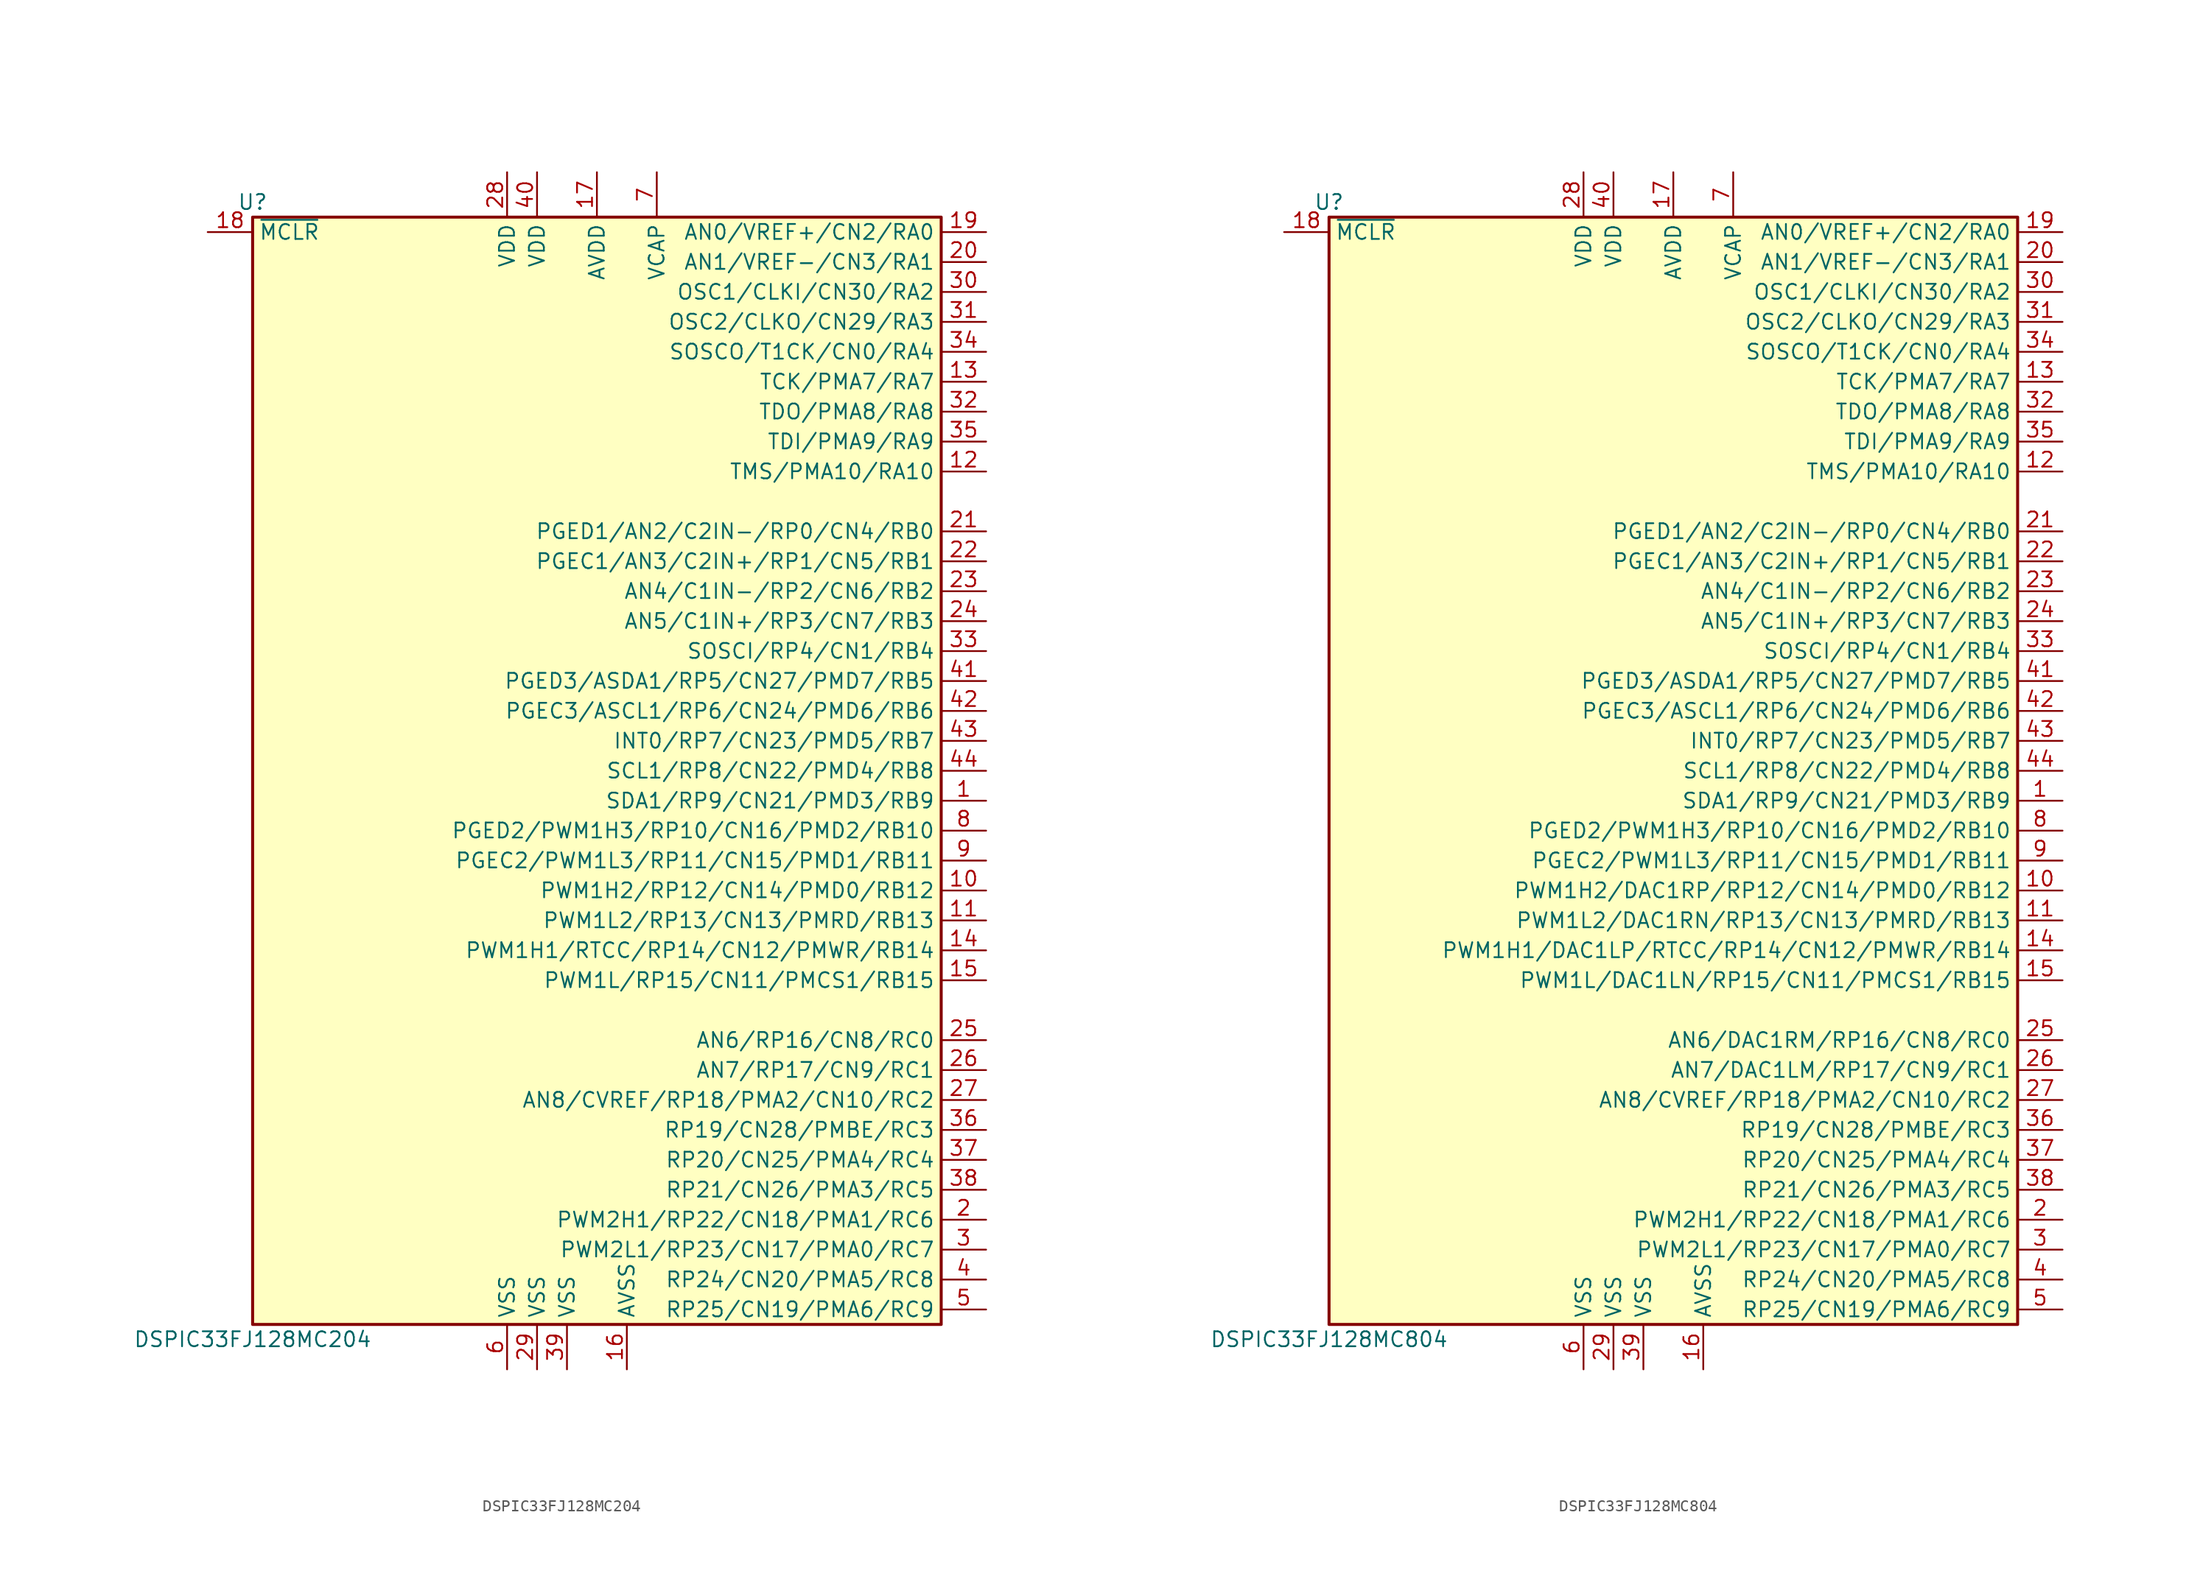
<source format=kicad_sym>
(kicad_symbol_lib
  (version 20241209)
  (generator "kicad_symbol_editor")
  (generator_version "9.0")
  (symbol "DSPIC33FJ128MC204"
    (property "Reference" "U"
      (at -29.21 48.26 0)
      (effects (font (size 1.27 1.27))))
    (property "Value" "DSPIC33FJ128MC204"
      (at -29.21 -48.26 0)
      (effects (font (size 1.27 1.27))))
    (symbol "DSPIC33FJ128MC204_1_1"
      (rectangle (start -29.21 46.99) (end 29.21 -46.99) (stroke (width 0.254) (type default)) (fill (type background)))
      (pin input line (at -33.02 45.72 0) (length 3.81) (name "~{MCLR}" (effects (font (size 1.27 1.27)))) (number "18" (effects (font (size 1.27 1.27)))))
      (pin power_in line (at -7.62 50.8 270) (length 3.81) (name "VDD" (effects (font (size 1.27 1.27)))) (number "28" (effects (font (size 1.27 1.27)))))
      (pin power_in line (at -7.62 -50.8 90) (length 3.81) (name "VSS" (effects (font (size 1.27 1.27)))) (number "6" (effects (font (size 1.27 1.27)))))
      (pin power_in line (at -5.08 50.8 270) (length 3.81) (name "VDD" (effects (font (size 1.27 1.27)))) (number "40" (effects (font (size 1.27 1.27)))))
      (pin power_in line (at -5.08 -50.8 90) (length 3.81) (name "VSS" (effects (font (size 1.27 1.27)))) (number "29" (effects (font (size 1.27 1.27)))))
      (pin power_in line (at -2.54 -50.8 90) (length 3.81) (name "VSS" (effects (font (size 1.27 1.27)))) (number "39" (effects (font (size 1.27 1.27)))))
      (pin power_in line (at 0 50.8 270) (length 3.81) (name "AVDD" (effects (font (size 1.27 1.27)))) (number "17" (effects (font (size 1.27 1.27)))))
      (pin power_in line (at 2.54 -50.8 90) (length 3.81) (name "AVSS" (effects (font (size 1.27 1.27)))) (number "16" (effects (font (size 1.27 1.27)))))
      (pin power_in line (at 5.08 50.8 270) (length 3.81) (name "VCAP" (effects (font (size 1.27 1.27)))) (number "7" (effects (font (size 1.27 1.27)))))
      (pin bidirectional line (at 33.02 45.72 180) (length 3.81) (name "AN0/VREF+/CN2/RA0" (effects (font (size 1.27 1.27)))) (number "19" (effects (font (size 1.27 1.27)))))
      (pin bidirectional line (at 33.02 43.18 180) (length 3.81) (name "AN1/VREF-/CN3/RA1" (effects (font (size 1.27 1.27)))) (number "20" (effects (font (size 1.27 1.27)))))
      (pin input line (at 33.02 40.64 180) (length 3.81) (name "OSC1/CLKI/CN30/RA2" (effects (font (size 1.27 1.27)))) (number "30" (effects (font (size 1.27 1.27)))))
      (pin input line (at 33.02 38.1 180) (length 3.81) (name "OSC2/CLKO/CN29/RA3" (effects (font (size 1.27 1.27)))) (number "31" (effects (font (size 1.27 1.27)))))
      (pin input line (at 33.02 35.56 180) (length 3.81) (name "SOSCO/T1CK/CN0/RA4" (effects (font (size 1.27 1.27)))) (number "34" (effects (font (size 1.27 1.27)))))
      (pin bidirectional line (at 33.02 33.02 180) (length 3.81) (name "TCK/PMA7/RA7" (effects (font (size 1.27 1.27)))) (number "13" (effects (font (size 1.27 1.27)))))
      (pin input line (at 33.02 30.48 180) (length 3.81) (name "TDO/PMA8/RA8" (effects (font (size 1.27 1.27)))) (number "32" (effects (font (size 1.27 1.27)))))
      (pin input line (at 33.02 27.94 180) (length 3.81) (name "TDI/PMA9/RA9" (effects (font (size 1.27 1.27)))) (number "35" (effects (font (size 1.27 1.27)))))
      (pin bidirectional line (at 33.02 25.4 180) (length 3.81) (name "TMS/PMA10/RA10" (effects (font (size 1.27 1.27)))) (number "12" (effects (font (size 1.27 1.27)))))
      (pin bidirectional line (at 33.02 20.32 180) (length 3.81) (name "PGED1/AN2/C2IN-/RP0/CN4/RB0" (effects (font (size 1.27 1.27)))) (number "21" (effects (font (size 1.27 1.27)))))
      (pin bidirectional line (at 33.02 17.78 180) (length 3.81) (name "PGEC1/AN3/C2IN+/RP1/CN5/RB1" (effects (font (size 1.27 1.27)))) (number "22" (effects (font (size 1.27 1.27)))))
      (pin bidirectional line (at 33.02 15.24 180) (length 3.81) (name "AN4/C1IN-/RP2/CN6/RB2" (effects (font (size 1.27 1.27)))) (number "23" (effects (font (size 1.27 1.27)))))
      (pin bidirectional line (at 33.02 12.7 180) (length 3.81) (name "AN5/C1IN+/RP3/CN7/RB3" (effects (font (size 1.27 1.27)))) (number "24" (effects (font (size 1.27 1.27)))))
      (pin input line (at 33.02 10.16 180) (length 3.81) (name "SOSCI/RP4/CN1/RB4" (effects (font (size 1.27 1.27)))) (number "33" (effects (font (size 1.27 1.27)))))
      (pin input line (at 33.02 7.62 180) (length 3.81) (name "PGED3/ASDA1/RP5/CN27/PMD7/RB5" (effects (font (size 1.27 1.27)))) (number "41" (effects (font (size 1.27 1.27)))))
      (pin input line (at 33.02 5.08 180) (length 3.81) (name "PGEC3/ASCL1/RP6/CN24/PMD6/RB6" (effects (font (size 1.27 1.27)))) (number "42" (effects (font (size 1.27 1.27)))))
      (pin input line (at 33.02 2.54 180) (length 3.81) (name "INT0/RP7/CN23/PMD5/RB7" (effects (font (size 1.27 1.27)))) (number "43" (effects (font (size 1.27 1.27)))))
      (pin input line (at 33.02 0 180) (length 3.81) (name "SCL1/RP8/CN22/PMD4/RB8" (effects (font (size 1.27 1.27)))) (number "44" (effects (font (size 1.27 1.27)))))
      (pin bidirectional line (at 33.02 -2.54 180) (length 3.81) (name "SDA1/RP9/CN21/PMD3/RB9" (effects (font (size 1.27 1.27)))) (number "1" (effects (font (size 1.27 1.27)))))
      (pin bidirectional line (at 33.02 -5.08 180) (length 3.81) (name "PGED2/PWM1H3/RP10/CN16/PMD2/RB10" (effects (font (size 1.27 1.27)))) (number "8" (effects (font (size 1.27 1.27)))))
      (pin bidirectional line (at 33.02 -7.62 180) (length 3.81) (name "PGEC2/PWM1L3/RP11/CN15/PMD1/RB11" (effects (font (size 1.27 1.27)))) (number "9" (effects (font (size 1.27 1.27)))))
      (pin bidirectional line (at 33.02 -10.16 180) (length 3.81) (name "PWM1H2/RP12/CN14/PMD0/RB12" (effects (font (size 1.27 1.27)))) (number "10" (effects (font (size 1.27 1.27)))))
      (pin bidirectional line (at 33.02 -12.7 180) (length 3.81) (name "PWM1L2/RP13/CN13/PMRD/RB13" (effects (font (size 1.27 1.27)))) (number "11" (effects (font (size 1.27 1.27)))))
      (pin bidirectional line (at 33.02 -15.24 180) (length 3.81) (name "PWM1H1/RTCC/RP14/CN12/PMWR/RB14" (effects (font (size 1.27 1.27)))) (number "14" (effects (font (size 1.27 1.27)))))
      (pin bidirectional line (at 33.02 -17.78 180) (length 3.81) (name "PWM1L/RP15/CN11/PMCS1/RB15" (effects (font (size 1.27 1.27)))) (number "15" (effects (font (size 1.27 1.27)))))
      (pin bidirectional line (at 33.02 -22.86 180) (length 3.81) (name "AN6/RP16/CN8/RC0" (effects (font (size 1.27 1.27)))) (number "25" (effects (font (size 1.27 1.27)))))
      (pin bidirectional line (at 33.02 -25.4 180) (length 3.81) (name "AN7/RP17/CN9/RC1" (effects (font (size 1.27 1.27)))) (number "26" (effects (font (size 1.27 1.27)))))
      (pin bidirectional line (at 33.02 -27.94 180) (length 3.81) (name "AN8/CVREF/RP18/PMA2/CN10/RC2" (effects (font (size 1.27 1.27)))) (number "27" (effects (font (size 1.27 1.27)))))
      (pin input line (at 33.02 -30.48 180) (length 3.81) (name "RP19/CN28/PMBE/RC3" (effects (font (size 1.27 1.27)))) (number "36" (effects (font (size 1.27 1.27)))))
      (pin input line (at 33.02 -33.02 180) (length 3.81) (name "RP20/CN25/PMA4/RC4" (effects (font (size 1.27 1.27)))) (number "37" (effects (font (size 1.27 1.27)))))
      (pin input line (at 33.02 -35.56 180) (length 3.81) (name "RP21/CN26/PMA3/RC5" (effects (font (size 1.27 1.27)))) (number "38" (effects (font (size 1.27 1.27)))))
      (pin bidirectional line (at 33.02 -38.1 180) (length 3.81) (name "PWM2H1/RP22/CN18/PMA1/RC6" (effects (font (size 1.27 1.27)))) (number "2" (effects (font (size 1.27 1.27)))))
      (pin bidirectional line (at 33.02 -40.64 180) (length 3.81) (name "PWM2L1/RP23/CN17/PMA0/RC7" (effects (font (size 1.27 1.27)))) (number "3" (effects (font (size 1.27 1.27)))))
      (pin bidirectional line (at 33.02 -43.18 180) (length 3.81) (name "RP24/CN20/PMA5/RC8" (effects (font (size 1.27 1.27)))) (number "4" (effects (font (size 1.27 1.27)))))
      (pin bidirectional line (at 33.02 -45.72 180) (length 3.81) (name "RP25/CN19/PMA6/RC9" (effects (font (size 1.27 1.27)))) (number "5" (effects (font (size 1.27 1.27)))))))
  (symbol "DSPIC33FJ128MC804"
    (property "Reference" "U"
      (at -29.21 48.26 0)
      (effects (font (size 1.27 1.27))))
    (property "Value" "DSPIC33FJ128MC804"
      (at -29.21 -48.26 0)
      (effects (font (size 1.27 1.27))))
    (symbol "DSPIC33FJ128MC804_1_1"
      (rectangle (start -29.21 46.99) (end 29.21 -46.99) (stroke (width 0.254) (type default)) (fill (type background)))
      (pin input line (at -33.02 45.72 0) (length 3.81) (name "~{MCLR}" (effects (font (size 1.27 1.27)))) (number "18" (effects (font (size 1.27 1.27)))))
      (pin power_in line (at -7.62 50.8 270) (length 3.81) (name "VDD" (effects (font (size 1.27 1.27)))) (number "28" (effects (font (size 1.27 1.27)))))
      (pin power_in line (at -7.62 -50.8 90) (length 3.81) (name "VSS" (effects (font (size 1.27 1.27)))) (number "6" (effects (font (size 1.27 1.27)))))
      (pin power_in line (at -5.08 50.8 270) (length 3.81) (name "VDD" (effects (font (size 1.27 1.27)))) (number "40" (effects (font (size 1.27 1.27)))))
      (pin power_in line (at -5.08 -50.8 90) (length 3.81) (name "VSS" (effects (font (size 1.27 1.27)))) (number "29" (effects (font (size 1.27 1.27)))))
      (pin power_in line (at -2.54 -50.8 90) (length 3.81) (name "VSS" (effects (font (size 1.27 1.27)))) (number "39" (effects (font (size 1.27 1.27)))))
      (pin power_in line (at 0 50.8 270) (length 3.81) (name "AVDD" (effects (font (size 1.27 1.27)))) (number "17" (effects (font (size 1.27 1.27)))))
      (pin power_in line (at 2.54 -50.8 90) (length 3.81) (name "AVSS" (effects (font (size 1.27 1.27)))) (number "16" (effects (font (size 1.27 1.27)))))
      (pin power_in line (at 5.08 50.8 270) (length 3.81) (name "VCAP" (effects (font (size 1.27 1.27)))) (number "7" (effects (font (size 1.27 1.27)))))
      (pin bidirectional line (at 33.02 45.72 180) (length 3.81) (name "AN0/VREF+/CN2/RA0" (effects (font (size 1.27 1.27)))) (number "19" (effects (font (size 1.27 1.27)))))
      (pin bidirectional line (at 33.02 43.18 180) (length 3.81) (name "AN1/VREF-/CN3/RA1" (effects (font (size 1.27 1.27)))) (number "20" (effects (font (size 1.27 1.27)))))
      (pin input line (at 33.02 40.64 180) (length 3.81) (name "OSC1/CLKI/CN30/RA2" (effects (font (size 1.27 1.27)))) (number "30" (effects (font (size 1.27 1.27)))))
      (pin input line (at 33.02 38.1 180) (length 3.81) (name "OSC2/CLKO/CN29/RA3" (effects (font (size 1.27 1.27)))) (number "31" (effects (font (size 1.27 1.27)))))
      (pin input line (at 33.02 35.56 180) (length 3.81) (name "SOSCO/T1CK/CN0/RA4" (effects (font (size 1.27 1.27)))) (number "34" (effects (font (size 1.27 1.27)))))
      (pin bidirectional line (at 33.02 33.02 180) (length 3.81) (name "TCK/PMA7/RA7" (effects (font (size 1.27 1.27)))) (number "13" (effects (font (size 1.27 1.27)))))
      (pin input line (at 33.02 30.48 180) (length 3.81) (name "TDO/PMA8/RA8" (effects (font (size 1.27 1.27)))) (number "32" (effects (font (size 1.27 1.27)))))
      (pin input line (at 33.02 27.94 180) (length 3.81) (name "TDI/PMA9/RA9" (effects (font (size 1.27 1.27)))) (number "35" (effects (font (size 1.27 1.27)))))
      (pin bidirectional line (at 33.02 25.4 180) (length 3.81) (name "TMS/PMA10/RA10" (effects (font (size 1.27 1.27)))) (number "12" (effects (font (size 1.27 1.27)))))
      (pin bidirectional line (at 33.02 20.32 180) (length 3.81) (name "PGED1/AN2/C2IN-/RP0/CN4/RB0" (effects (font (size 1.27 1.27)))) (number "21" (effects (font (size 1.27 1.27)))))
      (pin bidirectional line (at 33.02 17.78 180) (length 3.81) (name "PGEC1/AN3/C2IN+/RP1/CN5/RB1" (effects (font (size 1.27 1.27)))) (number "22" (effects (font (size 1.27 1.27)))))
      (pin bidirectional line (at 33.02 15.24 180) (length 3.81) (name "AN4/C1IN-/RP2/CN6/RB2" (effects (font (size 1.27 1.27)))) (number "23" (effects (font (size 1.27 1.27)))))
      (pin bidirectional line (at 33.02 12.7 180) (length 3.81) (name "AN5/C1IN+/RP3/CN7/RB3" (effects (font (size 1.27 1.27)))) (number "24" (effects (font (size 1.27 1.27)))))
      (pin input line (at 33.02 10.16 180) (length 3.81) (name "SOSCI/RP4/CN1/RB4" (effects (font (size 1.27 1.27)))) (number "33" (effects (font (size 1.27 1.27)))))
      (pin input line (at 33.02 7.62 180) (length 3.81) (name "PGED3/ASDA1/RP5/CN27/PMD7/RB5" (effects (font (size 1.27 1.27)))) (number "41" (effects (font (size 1.27 1.27)))))
      (pin input line (at 33.02 5.08 180) (length 3.81) (name "PGEC3/ASCL1/RP6/CN24/PMD6/RB6" (effects (font (size 1.27 1.27)))) (number "42" (effects (font (size 1.27 1.27)))))
      (pin input line (at 33.02 2.54 180) (length 3.81) (name "INT0/RP7/CN23/PMD5/RB7" (effects (font (size 1.27 1.27)))) (number "43" (effects (font (size 1.27 1.27)))))
      (pin input line (at 33.02 0 180) (length 3.81) (name "SCL1/RP8/CN22/PMD4/RB8" (effects (font (size 1.27 1.27)))) (number "44" (effects (font (size 1.27 1.27)))))
      (pin bidirectional line (at 33.02 -2.54 180) (length 3.81) (name "SDA1/RP9/CN21/PMD3/RB9" (effects (font (size 1.27 1.27)))) (number "1" (effects (font (size 1.27 1.27)))))
      (pin bidirectional line (at 33.02 -5.08 180) (length 3.81) (name "PGED2/PWM1H3/RP10/CN16/PMD2/RB10" (effects (font (size 1.27 1.27)))) (number "8" (effects (font (size 1.27 1.27)))))
      (pin bidirectional line (at 33.02 -7.62 180) (length 3.81) (name "PGEC2/PWM1L3/RP11/CN15/PMD1/RB11" (effects (font (size 1.27 1.27)))) (number "9" (effects (font (size 1.27 1.27)))))
      (pin bidirectional line (at 33.02 -10.16 180) (length 3.81) (name "PWM1H2/DAC1RP/RP12/CN14/PMD0/RB12" (effects (font (size 1.27 1.27)))) (number "10" (effects (font (size 1.27 1.27)))))
      (pin bidirectional line (at 33.02 -12.7 180) (length 3.81) (name "PWM1L2/DAC1RN/RP13/CN13/PMRD/RB13" (effects (font (size 1.27 1.27)))) (number "11" (effects (font (size 1.27 1.27)))))
      (pin bidirectional line (at 33.02 -15.24 180) (length 3.81) (name "PWM1H1/DAC1LP/RTCC/RP14/CN12/PMWR/RB14" (effects (font (size 1.27 1.27)))) (number "14" (effects (font (size 1.27 1.27)))))
      (pin bidirectional line (at 33.02 -17.78 180) (length 3.81) (name "PWM1L/DAC1LN/RP15/CN11/PMCS1/RB15" (effects (font (size 1.27 1.27)))) (number "15" (effects (font (size 1.27 1.27)))))
      (pin bidirectional line (at 33.02 -22.86 180) (length 3.81) (name "AN6/DAC1RM/RP16/CN8/RC0" (effects (font (size 1.27 1.27)))) (number "25" (effects (font (size 1.27 1.27)))))
      (pin bidirectional line (at 33.02 -25.4 180) (length 3.81) (name "AN7/DAC1LM/RP17/CN9/RC1" (effects (font (size 1.27 1.27)))) (number "26" (effects (font (size 1.27 1.27)))))
      (pin bidirectional line (at 33.02 -27.94 180) (length 3.81) (name "AN8/CVREF/RP18/PMA2/CN10/RC2" (effects (font (size 1.27 1.27)))) (number "27" (effects (font (size 1.27 1.27)))))
      (pin input line (at 33.02 -30.48 180) (length 3.81) (name "RP19/CN28/PMBE/RC3" (effects (font (size 1.27 1.27)))) (number "36" (effects (font (size 1.27 1.27)))))
      (pin input line (at 33.02 -33.02 180) (length 3.81) (name "RP20/CN25/PMA4/RC4" (effects (font (size 1.27 1.27)))) (number "37" (effects (font (size 1.27 1.27)))))
      (pin input line (at 33.02 -35.56 180) (length 3.81) (name "RP21/CN26/PMA3/RC5" (effects (font (size 1.27 1.27)))) (number "38" (effects (font (size 1.27 1.27)))))
      (pin bidirectional line (at 33.02 -38.1 180) (length 3.81) (name "PWM2H1/RP22/CN18/PMA1/RC6" (effects (font (size 1.27 1.27)))) (number "2" (effects (font (size 1.27 1.27)))))
      (pin bidirectional line (at 33.02 -40.64 180) (length 3.81) (name "PWM2L1/RP23/CN17/PMA0/RC7" (effects (font (size 1.27 1.27)))) (number "3" (effects (font (size 1.27 1.27)))))
      (pin bidirectional line (at 33.02 -43.18 180) (length 3.81) (name "RP24/CN20/PMA5/RC8" (effects (font (size 1.27 1.27)))) (number "4" (effects (font (size 1.27 1.27)))))
      (pin bidirectional line (at 33.02 -45.72 180) (length 3.81) (name "RP25/CN19/PMA6/RC9" (effects (font (size 1.27 1.27)))) (number "5" (effects (font (size 1.27 1.27))))))))
</source>
